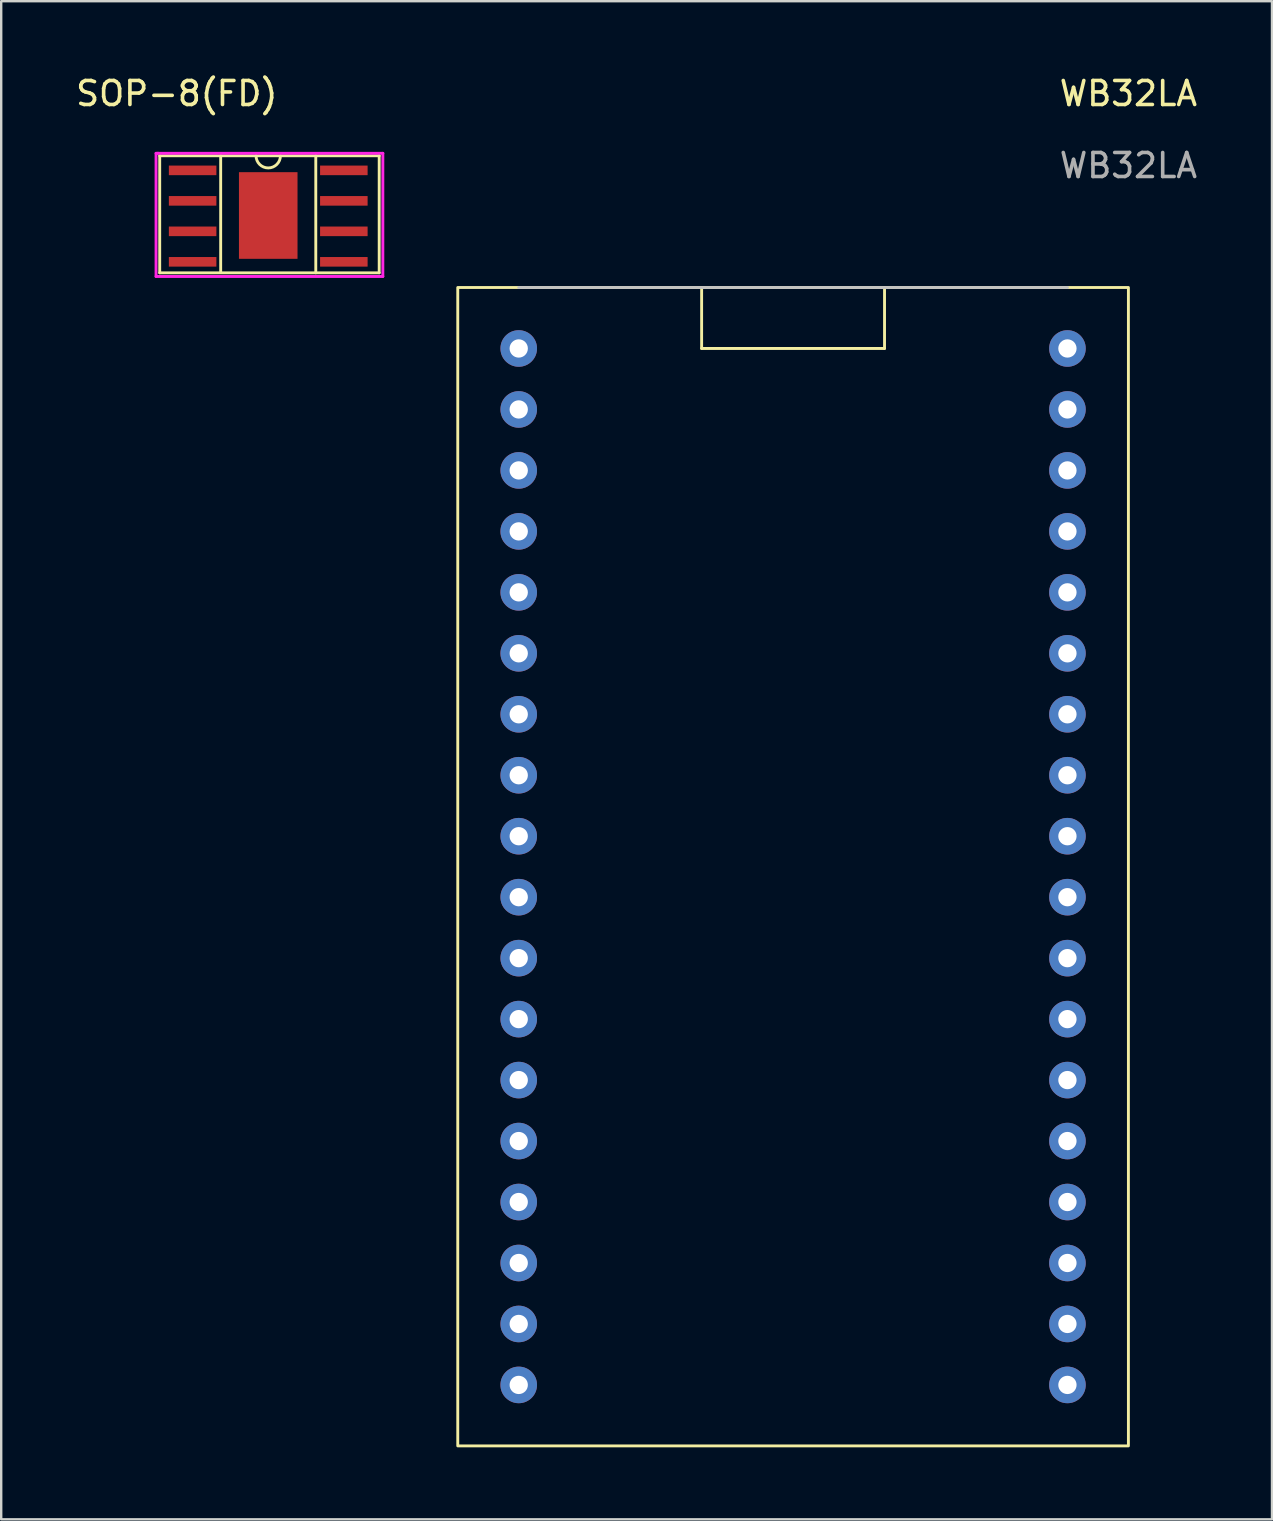
<source format=kicad_pcb>
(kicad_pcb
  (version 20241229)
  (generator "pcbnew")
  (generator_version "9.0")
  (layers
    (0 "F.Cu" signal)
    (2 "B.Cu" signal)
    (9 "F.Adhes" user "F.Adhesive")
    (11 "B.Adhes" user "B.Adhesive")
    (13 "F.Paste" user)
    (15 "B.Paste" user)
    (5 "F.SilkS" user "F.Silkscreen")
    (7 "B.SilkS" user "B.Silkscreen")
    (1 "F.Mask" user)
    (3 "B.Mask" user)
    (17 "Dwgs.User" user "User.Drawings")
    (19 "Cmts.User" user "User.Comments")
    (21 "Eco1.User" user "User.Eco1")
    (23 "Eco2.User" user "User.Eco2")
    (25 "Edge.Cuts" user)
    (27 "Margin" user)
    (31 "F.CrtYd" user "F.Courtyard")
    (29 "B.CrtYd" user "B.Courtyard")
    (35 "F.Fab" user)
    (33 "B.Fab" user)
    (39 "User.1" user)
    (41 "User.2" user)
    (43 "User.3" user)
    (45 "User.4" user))
  (footprint "SOP-8(FD)"
    (layer "F.Cu")
    (at 8.125 5.928)
    (property "Reference" "SOP-8(FD)" (at -3.81 -5.08 0) (layer "F.SilkS") (effects (font (size 1 1) (thickness 0.15))))
    (attr through_hole)
    (fp_line (start -4.521 -2.489) (end 4.623 -2.489) (stroke (width 0.12) (type solid)) (layer "F.SilkS"))
    (fp_line (start -4.521 2.388) (end -4.521 -2.489) (stroke (width 0.12) (type solid)) (layer "F.SilkS"))
    (fp_line (start -1.981 -2.489) (end -1.981 2.337) (stroke (width 0.12) (type solid)) (layer "F.SilkS"))
    (fp_line (start 1.981 -2.489) (end 1.981 2.388) (stroke (width 0.12) (type solid)) (layer "F.SilkS"))
    (fp_line (start 4.623 -2.489) (end 4.623 2.388) (stroke (width 0.12) (type solid)) (layer "F.SilkS"))
    (fp_line (start 4.623 2.388) (end -4.521 2.388) (stroke (width 0.12) (type solid)) (layer "F.SilkS"))
    (fp_arc (start 0.508 -2.4892) (mid 0 -1.9812) (end -0.508 -2.4892) (stroke (width 0.12) (type solid)) (layer "F.SilkS"))
    (fp_line (start -4.141 -2.078) (end -4.141 -1.678) (stroke (width 0.002) (type solid)) (layer "Dwgs.User"))
    (fp_line (start -4.141 -2.078) (end -2.161 -1.678) (stroke (width 0.002) (type solid)) (layer "Dwgs.User"))
    (fp_line (start -4.141 -1.678) (end -2.161 -1.678) (stroke (width 0.002) (type solid)) (layer "Dwgs.User"))
    (fp_line (start -4.141 -0.808) (end -4.141 -0.408) (stroke (width 0.002) (type solid)) (layer "Dwgs.User"))
    (fp_line (start -4.141 -0.808) (end -2.161 -0.408) (stroke (width 0.002) (type solid)) (layer "Dwgs.User"))
    (fp_line (start -4.141 -0.408) (end -2.161 -0.408) (stroke (width 0.002) (type solid)) (layer "Dwgs.User"))
    (fp_line (start -4.141 0.462) (end -4.141 0.862) (stroke (width 0.002) (type solid)) (layer "Dwgs.User"))
    (fp_line (start -4.141 0.462) (end -2.161 0.862) (stroke (width 0.002) (type solid)) (layer "Dwgs.User"))
    (fp_line (start -4.141 0.862) (end -2.161 0.862) (stroke (width 0.002) (type solid)) (layer "Dwgs.User"))
    (fp_line (start -4.141 1.732) (end -4.141 2.132) (stroke (width 0.002) (type solid)) (layer "Dwgs.User"))
    (fp_line (start -4.141 1.732) (end -2.161 2.132) (stroke (width 0.002) (type solid)) (layer "Dwgs.User"))
    (fp_line (start -4.141 2.132) (end -2.161 2.132) (stroke (width 0.002) (type solid)) (layer "Dwgs.User"))
    (fp_line (start -2.161 -2.078) (end -4.141 -2.078) (stroke (width 0.002) (type solid)) (layer "Dwgs.User"))
    (fp_line (start -2.161 -2.078) (end -4.141 -1.678) (stroke (width 0.002) (type solid)) (layer "Dwgs.User"))
    (fp_line (start -2.161 -1.678) (end -2.161 -2.078) (stroke (width 0.002) (type solid)) (layer "Dwgs.User"))
    (fp_line (start -2.161 -0.808) (end -4.141 -0.808) (stroke (width 0.002) (type solid)) (layer "Dwgs.User"))
    (fp_line (start -2.161 -0.808) (end -4.141 -0.408) (stroke (width 0.002) (type solid)) (layer "Dwgs.User"))
    (fp_line (start -2.161 -0.408) (end -2.161 -0.808) (stroke (width 0.002) (type solid)) (layer "Dwgs.User"))
    (fp_line (start -2.161 0.462) (end -4.141 0.462) (stroke (width 0.002) (type solid)) (layer "Dwgs.User"))
    (fp_line (start -2.161 0.462) (end -4.141 0.862) (stroke (width 0.002) (type solid)) (layer "Dwgs.User"))
    (fp_line (start -2.161 0.862) (end -2.161 0.462) (stroke (width 0.002) (type solid)) (layer "Dwgs.User"))
    (fp_line (start -2.161 1.732) (end -4.141 1.732) (stroke (width 0.002) (type solid)) (layer "Dwgs.User"))
    (fp_line (start -2.161 1.732) (end -4.141 2.132) (stroke (width 0.002) (type solid)) (layer "Dwgs.User"))
    (fp_line (start -2.161 2.132) (end -2.161 1.732) (stroke (width 0.002) (type solid)) (layer "Dwgs.User"))
    (fp_line (start -1.221 -1.778) (end -1.221 1.832) (stroke (width 0.002) (type solid)) (layer "Dwgs.User"))
    (fp_line (start -1.221 -1.778) (end 1.219 1.832) (stroke (width 0.002) (type solid)) (layer "Dwgs.User"))
    (fp_line (start -1.221 1.832) (end 1.219 1.832) (stroke (width 0.002) (type solid)) (layer "Dwgs.User"))
    (fp_line (start 1.219 -1.778) (end -1.221 -1.778) (stroke (width 0.002) (type solid)) (layer "Dwgs.User"))
    (fp_line (start 1.219 -1.778) (end -1.221 1.832) (stroke (width 0.002) (type solid)) (layer "Dwgs.User"))
    (fp_line (start 1.219 1.832) (end 1.219 -1.778) (stroke (width 0.002) (type solid)) (layer "Dwgs.User"))
    (fp_line (start 2.159 1.732) (end 2.159 2.132) (stroke (width 0.002) (type solid)) (layer "Dwgs.User"))
    (fp_line (start 2.159 1.732) (end 4.139 2.132) (stroke (width 0.002) (type solid)) (layer "Dwgs.User"))
    (fp_line (start 2.159 2.132) (end 4.139 2.132) (stroke (width 0.002) (type solid)) (layer "Dwgs.User"))
    (fp_line (start 2.159 -2.078) (end 2.159 -1.678) (stroke (width 0.002) (type solid)) (layer "Dwgs.User"))
    (fp_line (start 2.159 -2.078) (end 4.139 -1.678) (stroke (width 0.002) (type solid)) (layer "Dwgs.User"))
    (fp_line (start 2.159 -1.678) (end 4.139 -1.678) (stroke (width 0.002) (type solid)) (layer "Dwgs.User"))
    (fp_line (start 2.159 -0.808) (end 2.159 -0.408) (stroke (width 0.002) (type solid)) (layer "Dwgs.User"))
    (fp_line (start 2.159 -0.808) (end 4.139 -0.408) (stroke (width 0.002) (type solid)) (layer "Dwgs.User"))
    (fp_line (start 2.159 -0.408) (end 4.139 -0.408) (stroke (width 0.002) (type solid)) (layer "Dwgs.User"))
    (fp_line (start 2.159 0.462) (end 2.159 0.862) (stroke (width 0.002) (type solid)) (layer "Dwgs.User"))
    (fp_line (start 2.159 0.462) (end 4.139 0.862) (stroke (width 0.002) (type solid)) (layer "Dwgs.User"))
    (fp_line (start 2.159 0.862) (end 4.139 0.862) (stroke (width 0.002) (type solid)) (layer "Dwgs.User"))
    (fp_line (start 4.139 1.732) (end 2.159 1.732) (stroke (width 0.002) (type solid)) (layer "Dwgs.User"))
    (fp_line (start 4.139 1.732) (end 2.159 2.132) (stroke (width 0.002) (type solid)) (layer "Dwgs.User"))
    (fp_line (start 4.139 2.132) (end 4.139 1.732) (stroke (width 0.002) (type solid)) (layer "Dwgs.User"))
    (fp_line (start 4.139 -2.078) (end 2.159 -2.078) (stroke (width 0.002) (type solid)) (layer "Dwgs.User"))
    (fp_line (start 4.139 -2.078) (end 2.159 -1.678) (stroke (width 0.002) (type solid)) (layer "Dwgs.User"))
    (fp_line (start 4.139 -1.678) (end 4.139 -2.078) (stroke (width 0.002) (type solid)) (layer "Dwgs.User"))
    (fp_line (start 4.139 -0.808) (end 2.159 -0.808) (stroke (width 0.002) (type solid)) (layer "Dwgs.User"))
    (fp_line (start 4.139 -0.808) (end 2.159 -0.408) (stroke (width 0.002) (type solid)) (layer "Dwgs.User"))
    (fp_line (start 4.139 -0.408) (end 4.139 -0.808) (stroke (width 0.002) (type solid)) (layer "Dwgs.User"))
    (fp_line (start 4.139 0.462) (end 2.159 0.462) (stroke (width 0.002) (type solid)) (layer "Dwgs.User"))
    (fp_line (start 4.139 0.462) (end 2.159 0.862) (stroke (width 0.002) (type solid)) (layer "Dwgs.User"))
    (fp_line (start 4.139 0.862) (end 4.139 0.462) (stroke (width 0.002) (type solid)) (layer "Dwgs.User"))
    (fp_line (start -4.674 -2.591) (end -4.572 -2.591) (stroke (width 0.12) (type solid)) (layer "F.CrtYd"))
    (fp_line (start -4.674 2.54) (end -4.674 -2.591) (stroke (width 0.12) (type solid)) (layer "F.CrtYd"))
    (fp_line (start -4.623 -2.591) (end 4.775 -2.591) (stroke (width 0.12) (type solid)) (layer "F.CrtYd"))
    (fp_line (start 4.775 -2.591) (end 4.775 2.54) (stroke (width 0.12) (type solid)) (layer "F.CrtYd"))
    (fp_line (start 4.775 2.54) (end -4.674 2.54) (stroke (width 0.12) (type solid)) (layer "F.CrtYd"))
    (pad "1" smd rect (at -3.15 -1.88) (size 1.98 0.4) (layers "F.Cu" "F.Mask" "F.Paste"))
    (pad "2" smd rect (at -3.15 -0.61) (size 1.98 0.4) (layers "F.Cu" "F.Mask" "F.Paste"))
    (pad "3" smd rect (at -3.15 0.66) (size 1.98 0.4) (layers "F.Cu" "F.Mask" "F.Paste"))
    (pad "4" smd rect (at -3.15 1.93) (size 1.98 0.4) (layers "F.Cu" "F.Mask" "F.Paste"))
    (pad "5" smd rect (at 3.15 1.93) (size 1.98 0.4) (layers "F.Cu" "F.Mask" "F.Paste"))
    (pad "6" smd rect (at 3.15 0.66) (size 1.98 0.4) (layers "F.Cu" "F.Mask" "F.Paste"))
    (pad "7" smd rect (at 3.15 -0.61) (size 1.98 0.4) (layers "F.Cu" "F.Mask" "F.Paste"))
    (pad "8" smd rect (at 3.15 -1.88) (size 1.98 0.4) (layers "F.Cu" "F.Mask" "F.Paste"))
    (pad "9" smd rect (at 0 0) (size 2.44 3.61) (layers "F.Cu" "F.Mask" "F.Paste")))
  (footprint "WB32LA"
    (layer "F.Cu")
    (at 43.961 6.388)
    (property "Reference" "WB32LA" (at 0 -5.54 0) (unlocked yes) (layer "F.SilkS") (effects (font (size 1 1) (thickness 0.15))))
    (attr through_hole)
    (fp_line (start -17.78 2.54) (end -17.78 5.08) (stroke (width 0.12) (type solid)) (layer "F.SilkS"))
    (fp_line (start -17.78 5.08) (end -10.16 5.08) (stroke (width 0.12) (type solid)) (layer "F.SilkS"))
    (fp_line (start -10.16 5.08) (end -10.16 2.54) (stroke (width 0.12) (type solid)) (layer "F.SilkS"))
    (fp_rect (start -27.94 2.54) (end 0 50.8) (stroke (width 0.12) (type solid)) (fill no) (layer "F.SilkS"))
    (fp_line (start -25.4 2.54) (end -2.54 2.54) (stroke (width 0.12) (type solid)) (layer "Dwgs.User"))
    (fp_rect (start -27.94 2.54) (end 0 50.8) (stroke (width 0.12) (type solid)) (fill no) (layer "Margin"))
    (fp_text user "${REFERENCE}" (at 0 -2.54 0) (unlocked yes) (layer "F.Fab") (effects (font (size 1 1) (thickness 0.15))))
    (pad "1" thru_hole circle (at -25.4 5.08) (size 1.524 1.524) (drill 0.762) (layers "*.Cu" "*.Mask"))
    (pad "2" thru_hole circle (at -25.4 7.62) (size 1.524 1.524) (drill 0.762) (layers "*.Cu" "*.Mask"))
    (pad "3" thru_hole circle (at -25.4 10.16) (size 1.524 1.524) (drill 0.762) (layers "*.Cu" "*.Mask"))
    (pad "4" thru_hole circle (at -25.4 12.7) (size 1.524 1.524) (drill 0.762) (layers "*.Cu" "*.Mask"))
    (pad "5" thru_hole circle (at -25.4 15.24) (size 1.524 1.524) (drill 0.762) (layers "*.Cu" "*.Mask"))
    (pad "6" thru_hole circle (at -25.4 17.78) (size 1.524 1.524) (drill 0.762) (layers "*.Cu" "*.Mask"))
    (pad "7" thru_hole circle (at -25.4 20.32) (size 1.524 1.524) (drill 0.762) (layers "*.Cu" "*.Mask"))
    (pad "8" thru_hole circle (at -25.4 22.86) (size 1.524 1.524) (drill 0.762) (layers "*.Cu" "*.Mask"))
    (pad "9" thru_hole circle (at -25.4 25.4) (size 1.524 1.524) (drill 0.762) (layers "*.Cu" "*.Mask"))
    (pad "10" thru_hole circle (at -25.4 27.94) (size 1.524 1.524) (drill 0.762) (layers "*.Cu" "*.Mask"))
    (pad "11" thru_hole circle (at -25.4 30.48) (size 1.524 1.524) (drill 0.762) (layers "*.Cu" "*.Mask"))
    (pad "12" thru_hole circle (at -25.4 33.02) (size 1.524 1.524) (drill 0.762) (layers "*.Cu" "*.Mask"))
    (pad "13" thru_hole circle (at -25.4 35.56) (size 1.524 1.524) (drill 0.762) (layers "*.Cu" "*.Mask"))
    (pad "14" thru_hole circle (at -25.4 38.1) (size 1.524 1.524) (drill 0.762) (layers "*.Cu" "*.Mask"))
    (pad "15" thru_hole circle (at -25.4 40.64) (size 1.524 1.524) (drill 0.762) (layers "*.Cu" "*.Mask"))
    (pad "16" thru_hole circle (at -25.4 43.18) (size 1.524 1.524) (drill 0.762) (layers "*.Cu" "*.Mask"))
    (pad "17" thru_hole circle (at -25.4 45.72) (size 1.524 1.524) (drill 0.762) (layers "*.Cu" "*.Mask"))
    (pad "18" thru_hole circle (at -25.4 48.26) (size 1.524 1.524) (drill 0.762) (layers "*.Cu" "*.Mask"))
    (pad "19" thru_hole circle (at -2.54 48.26) (size 1.524 1.524) (drill 0.762) (layers "*.Cu" "*.Mask"))
    (pad "20" thru_hole circle (at -2.54 45.72) (size 1.524 1.524) (drill 0.762) (layers "*.Cu" "*.Mask"))
    (pad "21" thru_hole circle (at -2.54 43.18) (size 1.524 1.524) (drill 0.762) (layers "*.Cu" "*.Mask"))
    (pad "22" thru_hole circle (at -2.54 40.64) (size 1.524 1.524) (drill 0.762) (layers "*.Cu" "*.Mask"))
    (pad "23" thru_hole circle (at -2.54 38.1) (size 1.524 1.524) (drill 0.762) (layers "*.Cu" "*.Mask"))
    (pad "24" thru_hole circle (at -2.54 35.56) (size 1.524 1.524) (drill 0.762) (layers "*.Cu" "*.Mask"))
    (pad "25" thru_hole circle (at -2.54 33.02) (size 1.524 1.524) (drill 0.762) (layers "*.Cu" "*.Mask"))
    (pad "26" thru_hole circle (at -2.54 30.48) (size 1.524 1.524) (drill 0.762) (layers "*.Cu" "*.Mask"))
    (pad "27" thru_hole circle (at -2.54 27.94) (size 1.524 1.524) (drill 0.762) (layers "*.Cu" "*.Mask"))
    (pad "28" thru_hole circle (at -2.54 25.4) (size 1.524 1.524) (drill 0.762) (layers "*.Cu" "*.Mask"))
    (pad "29" thru_hole circle (at -2.54 22.86) (size 1.524 1.524) (drill 0.762) (layers "*.Cu" "*.Mask"))
    (pad "30" thru_hole circle (at -2.54 20.32) (size 1.524 1.524) (drill 0.762) (layers "*.Cu" "*.Mask"))
    (pad "31" thru_hole circle (at -2.54 17.78) (size 1.524 1.524) (drill 0.762) (layers "*.Cu" "*.Mask"))
    (pad "32" thru_hole circle (at -2.54 15.24) (size 1.524 1.524) (drill 0.762) (layers "*.Cu" "*.Mask"))
    (pad "33" thru_hole circle (at -2.54 12.7) (size 1.524 1.524) (drill 0.762) (layers "*.Cu" "*.Mask"))
    (pad "34" thru_hole circle (at -2.54 10.16) (size 1.524 1.524) (drill 0.762) (layers "*.Cu" "*.Mask"))
    (pad "35" thru_hole circle (at -2.54 7.62) (size 1.524 1.524) (drill 0.762) (layers "*.Cu" "*.Mask"))
    (pad "36" thru_hole circle (at -2.54 5.08) (size 1.524 1.524) (drill 0.762) (layers "*.Cu" "*.Mask"))
    (zone (net_name "") (layers "F.Cu" "B.Cu") (hatch edge 0.508) (connect_pads) (min_thickness 0.254) (filled_areas_thickness no) (keepout (tracks not_allowed) (vias not_allowed) (pads not_allowed) (copperpour not_allowed) (footprints not_allowed)) (placement (enabled no)) (fill) (polygon (pts (xy 40.659 54.648) (xy 19.323 54.648) (xy 19.323 11.468) (xy 40.659 11.468)))))
  (gr_rect
    (start -3 -3)
    (end 49.943 60.248)
    (stroke (width 0.1) (type default))
    (fill no)
    (layer "Edge.Cuts")))
</source>
